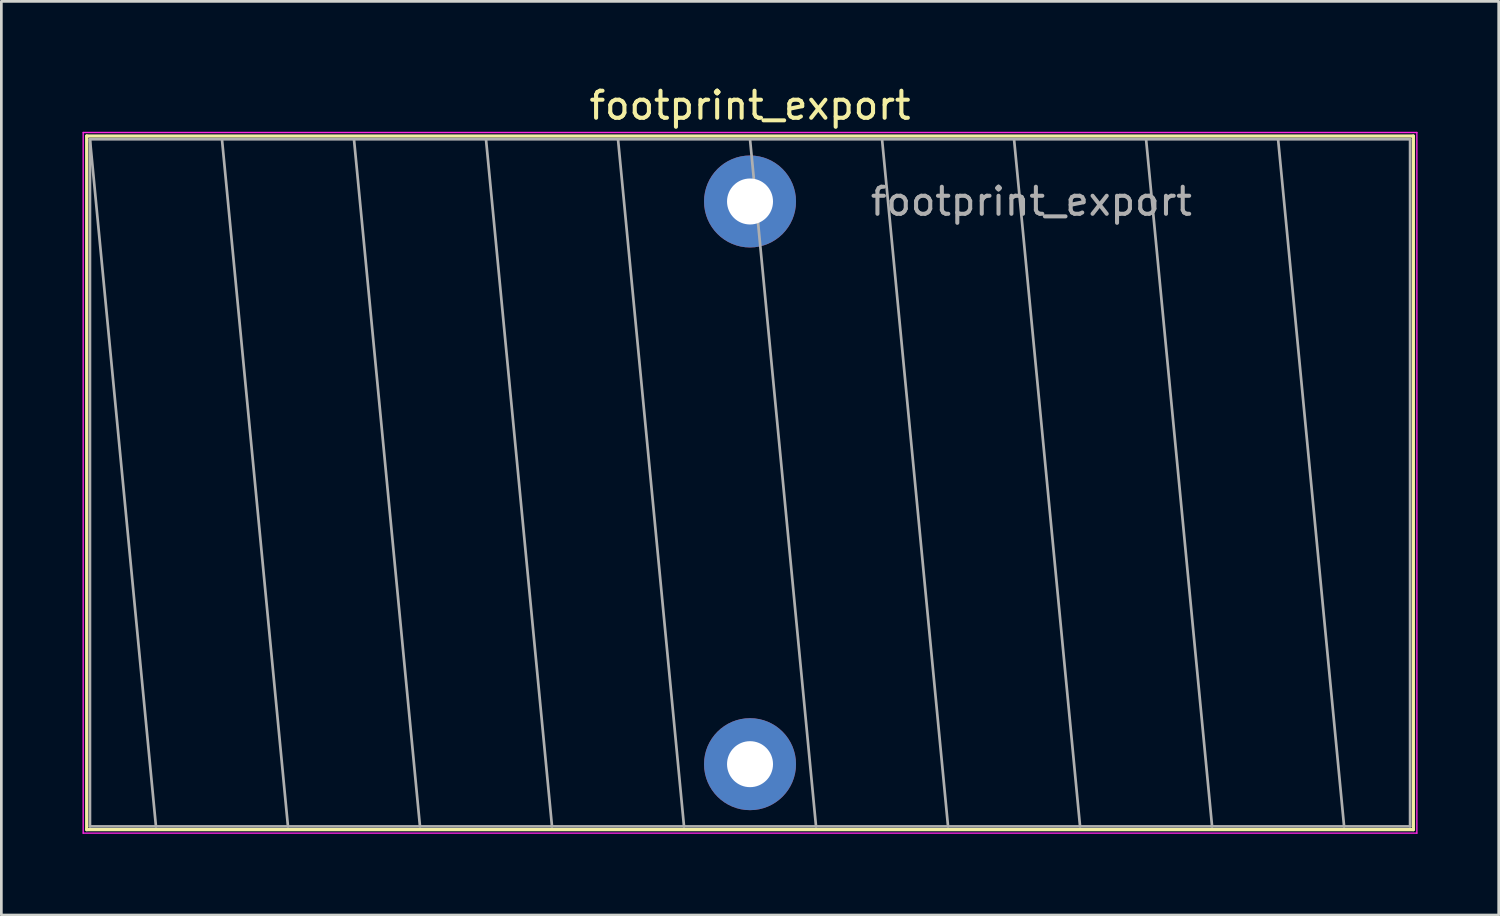
<source format=kicad_pcb>
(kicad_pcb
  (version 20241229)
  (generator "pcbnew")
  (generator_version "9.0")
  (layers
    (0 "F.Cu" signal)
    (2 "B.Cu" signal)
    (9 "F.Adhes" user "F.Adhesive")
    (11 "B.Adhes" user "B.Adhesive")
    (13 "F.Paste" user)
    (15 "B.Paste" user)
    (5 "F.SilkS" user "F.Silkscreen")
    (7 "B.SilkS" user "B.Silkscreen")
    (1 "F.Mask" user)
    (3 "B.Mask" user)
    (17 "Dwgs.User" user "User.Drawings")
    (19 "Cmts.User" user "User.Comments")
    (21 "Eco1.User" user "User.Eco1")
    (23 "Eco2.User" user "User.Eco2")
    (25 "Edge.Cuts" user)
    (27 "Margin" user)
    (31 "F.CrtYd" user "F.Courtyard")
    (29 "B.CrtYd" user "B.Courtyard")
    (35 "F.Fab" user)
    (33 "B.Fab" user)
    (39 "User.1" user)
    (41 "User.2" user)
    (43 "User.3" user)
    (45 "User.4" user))
  (footprint "footprint_export"
    (layer "F.Cu")
    (at 24.675 4.398)
    (property "Reference" "footprint_export" (at 0 -3.55 0) (layer "F.SilkS") (effects (font (size 1 1) (thickness 0.15))))
    (attr through_hole)
    (fp_line (start -24.52 -2.42) (end -24.52 23.22) (stroke (width 0.12) (type solid)) (layer "F.SilkS"))
    (fp_line (start -24.52 -2.42) (end 24.52 -2.42) (stroke (width 0.12) (type solid)) (layer "F.SilkS"))
    (fp_line (start -24.52 23.22) (end 24.52 23.22) (stroke (width 0.12) (type solid)) (layer "F.SilkS"))
    (fp_line (start 24.52 -2.42) (end 24.52 23.22) (stroke (width 0.12) (type solid)) (layer "F.SilkS"))
    (fp_line (start -24.65 -2.55) (end -24.65 23.35) (stroke (width 0.05) (type solid)) (layer "F.CrtYd"))
    (fp_line (start -24.65 23.35) (end 24.65 23.35) (stroke (width 0.05) (type solid)) (layer "F.CrtYd"))
    (fp_line (start 24.65 -2.55) (end -24.65 -2.55) (stroke (width 0.05) (type solid)) (layer "F.CrtYd"))
    (fp_line (start 24.65 23.35) (end 24.65 -2.55) (stroke (width 0.05) (type solid)) (layer "F.CrtYd"))
    (fp_line (start -24.4 -2.3) (end -24.4 23.1) (stroke (width 0.1) (type solid)) (layer "F.Fab"))
    (fp_line (start -24.4 -2.3) (end -21.96 23.1) (stroke (width 0.1) (type solid)) (layer "F.Fab"))
    (fp_line (start -24.4 23.1) (end 24.4 23.1) (stroke (width 0.1) (type solid)) (layer "F.Fab"))
    (fp_line (start -19.52 -2.3) (end -17.08 23.1) (stroke (width 0.1) (type solid)) (layer "F.Fab"))
    (fp_line (start -14.64 -2.3) (end -12.2 23.1) (stroke (width 0.1) (type solid)) (layer "F.Fab"))
    (fp_line (start -9.76 -2.3) (end -7.32 23.1) (stroke (width 0.1) (type solid)) (layer "F.Fab"))
    (fp_line (start -4.88 -2.3) (end -2.44 23.1) (stroke (width 0.1) (type solid)) (layer "F.Fab"))
    (fp_line (start 0 -2.3) (end 2.44 23.1) (stroke (width 0.1) (type solid)) (layer "F.Fab"))
    (fp_line (start 4.88 -2.3) (end 7.32 23.1) (stroke (width 0.1) (type solid)) (layer "F.Fab"))
    (fp_line (start 9.76 -2.3) (end 12.2 23.1) (stroke (width 0.1) (type solid)) (layer "F.Fab"))
    (fp_line (start 14.64 -2.3) (end 17.08 23.1) (stroke (width 0.1) (type solid)) (layer "F.Fab"))
    (fp_line (start 19.52 -2.3) (end 21.96 23.1) (stroke (width 0.1) (type solid)) (layer "F.Fab"))
    (fp_line (start 24.4 -2.3) (end -24.4 -2.3) (stroke (width 0.1) (type solid)) (layer "F.Fab"))
    (fp_line (start 24.4 23.1) (end 24.4 -2.3) (stroke (width 0.1) (type solid)) (layer "F.Fab"))
    (fp_text user "${REFERENCE}" (at 10.4 0 0) (layer "F.Fab") (effects (font (size 1 1) (thickness 0.15))))
    (pad "1" thru_hole circle (at 0 0) (size 3.4 3.4) (drill 1.7) (layers "*.Cu" "*.Mask"))
    (pad "2" thru_hole circle (at 0 20.8) (size 3.4 3.4) (drill 1.7) (layers "*.Cu" "*.Mask")))
  (gr_rect
    (start -3 -3)
    (end 52.35 30.773)
    (stroke (width 0.1) (type default))
    (fill no)
    (layer "Edge.Cuts")))
</source>
